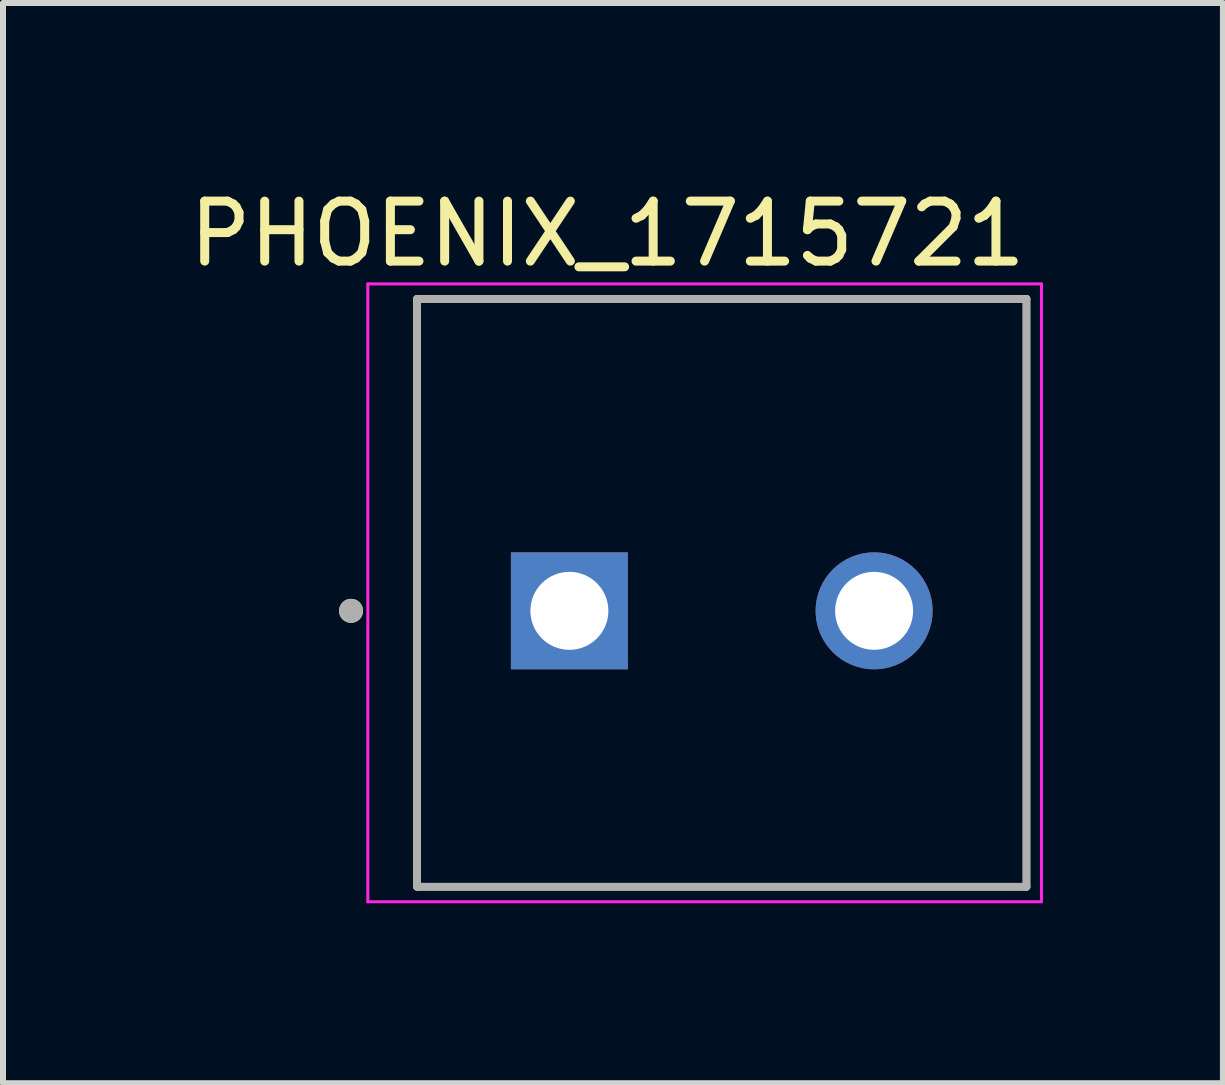
<source format=kicad_pcb>
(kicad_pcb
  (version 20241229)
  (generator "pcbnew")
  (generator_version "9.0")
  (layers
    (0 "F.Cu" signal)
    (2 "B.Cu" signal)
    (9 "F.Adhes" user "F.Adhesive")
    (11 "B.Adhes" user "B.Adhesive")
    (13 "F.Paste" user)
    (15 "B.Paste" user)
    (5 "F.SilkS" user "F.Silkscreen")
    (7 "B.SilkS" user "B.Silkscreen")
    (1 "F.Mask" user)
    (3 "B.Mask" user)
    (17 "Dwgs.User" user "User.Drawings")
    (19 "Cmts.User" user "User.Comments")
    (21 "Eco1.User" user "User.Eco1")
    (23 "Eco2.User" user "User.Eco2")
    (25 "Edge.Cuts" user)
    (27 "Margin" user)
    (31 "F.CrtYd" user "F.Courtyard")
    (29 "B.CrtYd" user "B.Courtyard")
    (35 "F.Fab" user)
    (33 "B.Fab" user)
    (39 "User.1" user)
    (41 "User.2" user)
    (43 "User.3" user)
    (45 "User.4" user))
  (footprint "PHOENIX_1715721"
    (layer "F.Cu")
    (at 3.902 11.733)
    (property "Reference" "PHOENIX_1715721" (at 3.175 -10.885 0) (layer "F.SilkS") (effects (font (size 1 1) (thickness 0.15))))
    (attr through_hole)
    (fp_line (start 0 -9.8) (end 0 0) (stroke (width 0.127) (type solid)) (layer "F.SilkS"))
    (fp_line (start 0 0) (end 10.16 0) (stroke (width 0.127) (type solid)) (layer "F.SilkS"))
    (fp_line (start 10.16 -9.8) (end 0 -9.8) (stroke (width 0.127) (type solid)) (layer "F.SilkS"))
    (fp_line (start 10.16 0) (end 10.16 -9.8) (stroke (width 0.127) (type solid)) (layer "F.SilkS"))
    (fp_circle (center -1.1 -4.6) (end -1 -4.6) (stroke (width 0.2) (type solid)) (fill no) (layer "F.SilkS"))
    (fp_line (start -0.82 -10.05) (end -0.82 0.25) (stroke (width 0.05) (type solid)) (layer "F.CrtYd"))
    (fp_line (start -0.82 0.25) (end 10.41 0.25) (stroke (width 0.05) (type solid)) (layer "F.CrtYd"))
    (fp_line (start 10.41 -10.05) (end -0.82 -10.05) (stroke (width 0.05) (type solid)) (layer "F.CrtYd"))
    (fp_line (start 10.41 0.25) (end 10.41 -10.05) (stroke (width 0.05) (type solid)) (layer "F.CrtYd"))
    (fp_line (start 0 -9.8) (end 0 0) (stroke (width 0.127) (type solid)) (layer "F.Fab"))
    (fp_line (start 0 0) (end 10.16 0) (stroke (width 0.127) (type solid)) (layer "F.Fab"))
    (fp_line (start 10.16 -9.8) (end 0 -9.8) (stroke (width 0.127) (type solid)) (layer "F.Fab"))
    (fp_line (start 10.16 0) (end 10.16 -9.8) (stroke (width 0.127) (type solid)) (layer "F.Fab"))
    (fp_circle (center -1.1 -4.6) (end -1 -4.6) (stroke (width 0.2) (type solid)) (fill no) (layer "F.Fab"))
    (pad "1" thru_hole rect (at 2.54 -4.6) (size 1.95 1.95) (drill 1.3) (layers "*.Cu" "*.Mask"))
    (pad "2" thru_hole circle (at 7.62 -4.6) (size 1.95 1.95) (drill 1.3) (layers "*.Cu" "*.Mask")))
  (gr_rect
    (start -3 -3)
    (end 17.337 15.008)
    (stroke (width 0.1) (type default))
    (fill no)
    (layer "Edge.Cuts")))
</source>
